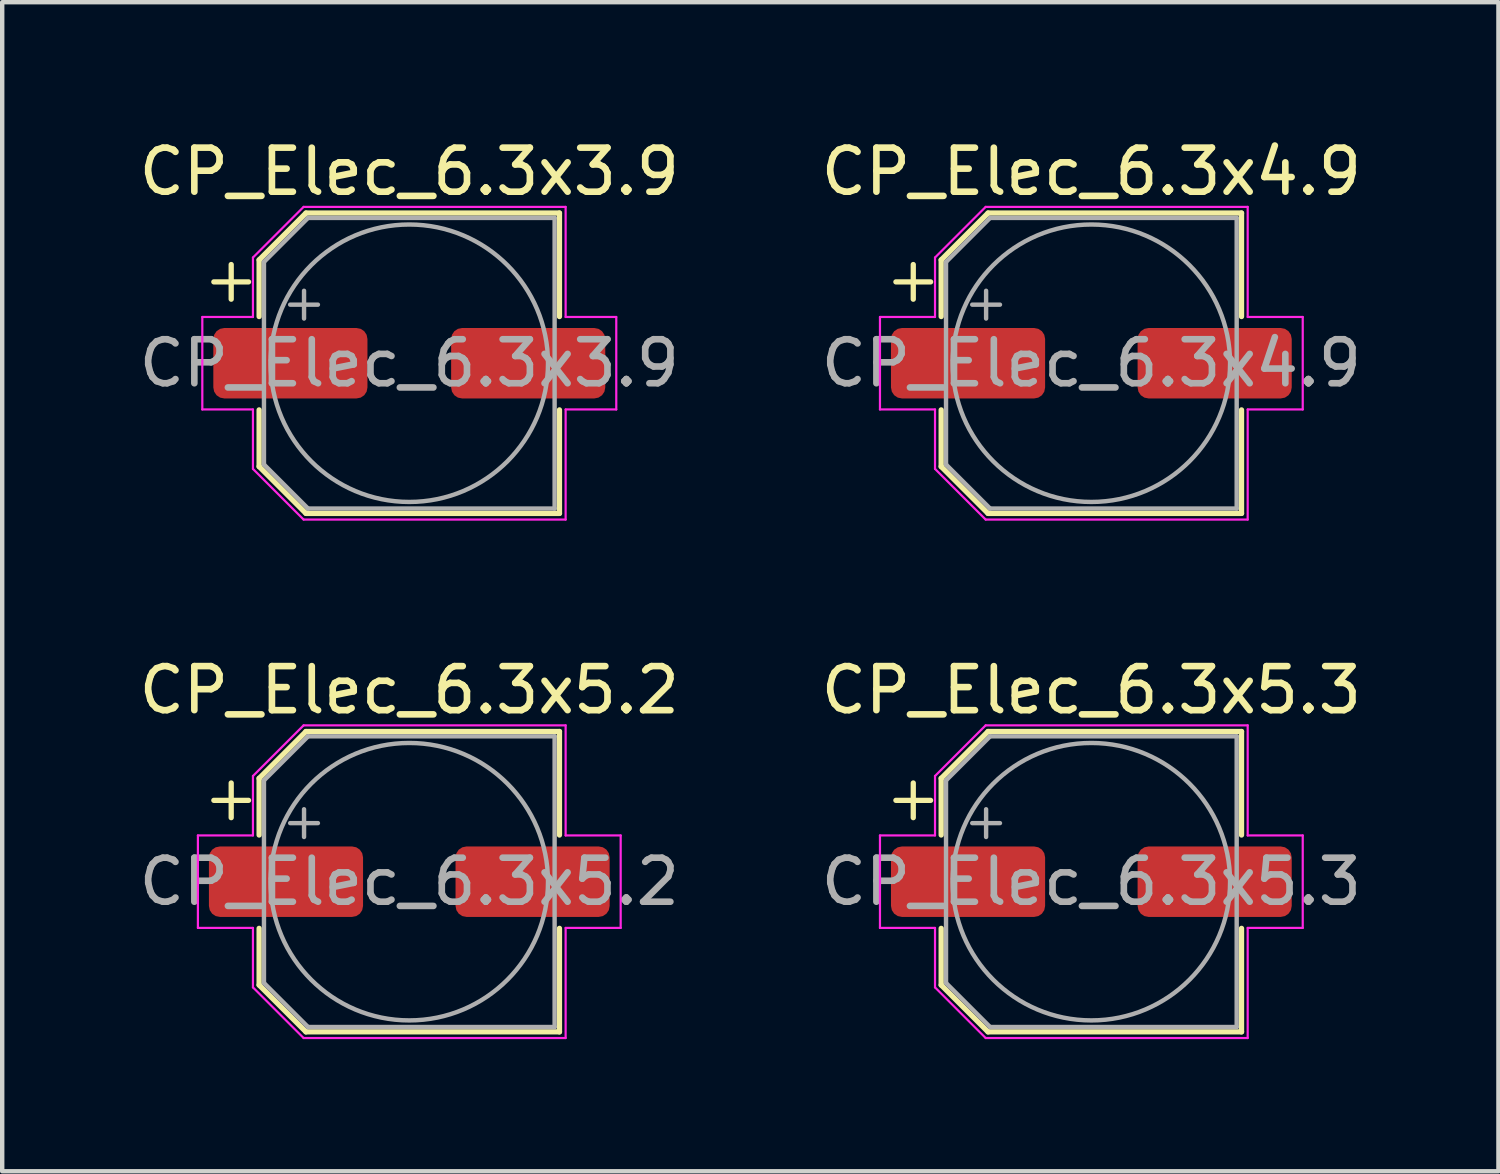
<source format=kicad_pcb>
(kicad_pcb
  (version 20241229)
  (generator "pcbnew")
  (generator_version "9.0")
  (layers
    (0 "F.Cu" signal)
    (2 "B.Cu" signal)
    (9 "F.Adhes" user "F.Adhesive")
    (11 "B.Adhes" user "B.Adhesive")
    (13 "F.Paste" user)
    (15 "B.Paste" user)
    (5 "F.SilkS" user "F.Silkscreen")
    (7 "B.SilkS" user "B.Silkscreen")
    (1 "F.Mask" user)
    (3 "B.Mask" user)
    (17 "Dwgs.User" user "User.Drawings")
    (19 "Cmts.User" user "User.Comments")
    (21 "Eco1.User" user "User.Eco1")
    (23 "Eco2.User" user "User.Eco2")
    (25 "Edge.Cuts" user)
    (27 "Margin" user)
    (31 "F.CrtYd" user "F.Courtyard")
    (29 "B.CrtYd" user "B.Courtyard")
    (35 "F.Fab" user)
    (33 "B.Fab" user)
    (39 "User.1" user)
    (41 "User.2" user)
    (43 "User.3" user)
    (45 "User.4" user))
  (footprint "CP_Elec_6.3x5.2"
    (layer "F.Cu")
    (at 6.244 16.971)
    (property "Reference" "CP_Elec_6.3x5.2" (at 0 -4.35 0) (layer "F.SilkS") (effects (font (size 1 1) (thickness 0.15))))
    (attr smd)
    (fp_line (start -4.438 -1.847) (end -3.65 -1.847) (stroke (width 0.12) (type solid)) (layer "F.SilkS"))
    (fp_line (start -4.044 -2.241) (end -4.044 -1.454) (stroke (width 0.12) (type solid)) (layer "F.SilkS"))
    (fp_line (start -3.41 -2.346) (end -3.41 -1.06) (stroke (width 0.12) (type solid)) (layer "F.SilkS"))
    (fp_line (start -3.41 -2.346) (end -2.346 -3.41) (stroke (width 0.12) (type solid)) (layer "F.SilkS"))
    (fp_line (start -3.41 2.346) (end -3.41 1.06) (stroke (width 0.12) (type solid)) (layer "F.SilkS"))
    (fp_line (start -3.41 2.346) (end -2.346 3.41) (stroke (width 0.12) (type solid)) (layer "F.SilkS"))
    (fp_line (start -2.346 -3.41) (end 3.41 -3.41) (stroke (width 0.12) (type solid)) (layer "F.SilkS"))
    (fp_line (start -2.346 3.41) (end 3.41 3.41) (stroke (width 0.12) (type solid)) (layer "F.SilkS"))
    (fp_line (start 3.41 -3.41) (end 3.41 -1.06) (stroke (width 0.12) (type solid)) (layer "F.SilkS"))
    (fp_line (start 3.41 3.41) (end 3.41 1.06) (stroke (width 0.12) (type solid)) (layer "F.SilkS"))
    (fp_line (start -4.8 -1.05) (end -4.8 1.05) (stroke (width 0.05) (type solid)) (layer "F.CrtYd"))
    (fp_line (start -4.8 1.05) (end -3.55 1.05) (stroke (width 0.05) (type solid)) (layer "F.CrtYd"))
    (fp_line (start -3.55 -2.4) (end -3.55 -1.05) (stroke (width 0.05) (type solid)) (layer "F.CrtYd"))
    (fp_line (start -3.55 -2.4) (end -2.4 -3.55) (stroke (width 0.05) (type solid)) (layer "F.CrtYd"))
    (fp_line (start -3.55 -1.05) (end -4.8 -1.05) (stroke (width 0.05) (type solid)) (layer "F.CrtYd"))
    (fp_line (start -3.55 1.05) (end -3.55 2.4) (stroke (width 0.05) (type solid)) (layer "F.CrtYd"))
    (fp_line (start -3.55 2.4) (end -2.4 3.55) (stroke (width 0.05) (type solid)) (layer "F.CrtYd"))
    (fp_line (start -2.4 -3.55) (end 3.55 -3.55) (stroke (width 0.05) (type solid)) (layer "F.CrtYd"))
    (fp_line (start -2.4 3.55) (end 3.55 3.55) (stroke (width 0.05) (type solid)) (layer "F.CrtYd"))
    (fp_line (start 3.55 -3.55) (end 3.55 -1.05) (stroke (width 0.05) (type solid)) (layer "F.CrtYd"))
    (fp_line (start 3.55 -1.05) (end 4.8 -1.05) (stroke (width 0.05) (type solid)) (layer "F.CrtYd"))
    (fp_line (start 3.55 1.05) (end 3.55 3.55) (stroke (width 0.05) (type solid)) (layer "F.CrtYd"))
    (fp_line (start 4.8 -1.05) (end 4.8 1.05) (stroke (width 0.05) (type solid)) (layer "F.CrtYd"))
    (fp_line (start 4.8 1.05) (end 3.55 1.05) (stroke (width 0.05) (type solid)) (layer "F.CrtYd"))
    (fp_line (start -3.3 -2.3) (end -3.3 2.3) (stroke (width 0.1) (type solid)) (layer "F.Fab"))
    (fp_line (start -3.3 -2.3) (end -2.3 -3.3) (stroke (width 0.1) (type solid)) (layer "F.Fab"))
    (fp_line (start -3.3 2.3) (end -2.3 3.3) (stroke (width 0.1) (type solid)) (layer "F.Fab"))
    (fp_line (start -2.705 -1.33) (end -2.075 -1.33) (stroke (width 0.1) (type solid)) (layer "F.Fab"))
    (fp_line (start -2.39 -1.645) (end -2.39 -1.015) (stroke (width 0.1) (type solid)) (layer "F.Fab"))
    (fp_line (start -2.3 -3.3) (end 3.3 -3.3) (stroke (width 0.1) (type solid)) (layer "F.Fab"))
    (fp_line (start -2.3 3.3) (end 3.3 3.3) (stroke (width 0.1) (type solid)) (layer "F.Fab"))
    (fp_line (start 3.3 -3.3) (end 3.3 3.3) (stroke (width 0.1) (type solid)) (layer "F.Fab"))
    (fp_circle (center 0 0) (end 3.15 0) (stroke (width 0.1) (type solid)) (fill no) (layer "F.Fab"))
    (fp_text user "${REFERENCE}" (at 0 0 0) (layer "F.Fab") (effects (font (size 1 1) (thickness 0.15))))
    (pad "1" smd roundrect (at -2.8 0) (size 3.5 1.6) (layers "F.Cu" "F.Mask" "F.Paste") (roundrect_rratio 0.156))
    (pad "2" smd roundrect (at 2.8 0) (size 3.5 1.6) (layers "F.Cu" "F.Mask" "F.Paste") (roundrect_rratio 0.156)))
  (footprint "CP_Elec_6.3x3.9"
    (layer "F.Cu")
    (at 6.244 5.198)
    (property "Reference" "CP_Elec_6.3x3.9" (at 0 -4.35 0) (layer "F.SilkS") (effects (font (size 1 1) (thickness 0.15))))
    (attr smd)
    (fp_line (start -4.438 -1.847) (end -3.65 -1.847) (stroke (width 0.12) (type solid)) (layer "F.SilkS"))
    (fp_line (start -4.044 -2.241) (end -4.044 -1.454) (stroke (width 0.12) (type solid)) (layer "F.SilkS"))
    (fp_line (start -3.41 -2.346) (end -3.41 -1.06) (stroke (width 0.12) (type solid)) (layer "F.SilkS"))
    (fp_line (start -3.41 -2.346) (end -2.346 -3.41) (stroke (width 0.12) (type solid)) (layer "F.SilkS"))
    (fp_line (start -3.41 2.346) (end -3.41 1.06) (stroke (width 0.12) (type solid)) (layer "F.SilkS"))
    (fp_line (start -3.41 2.346) (end -2.346 3.41) (stroke (width 0.12) (type solid)) (layer "F.SilkS"))
    (fp_line (start -2.346 -3.41) (end 3.41 -3.41) (stroke (width 0.12) (type solid)) (layer "F.SilkS"))
    (fp_line (start -2.346 3.41) (end 3.41 3.41) (stroke (width 0.12) (type solid)) (layer "F.SilkS"))
    (fp_line (start 3.41 -3.41) (end 3.41 -1.06) (stroke (width 0.12) (type solid)) (layer "F.SilkS"))
    (fp_line (start 3.41 3.41) (end 3.41 1.06) (stroke (width 0.12) (type solid)) (layer "F.SilkS"))
    (fp_line (start -4.7 -1.05) (end -4.7 1.05) (stroke (width 0.05) (type solid)) (layer "F.CrtYd"))
    (fp_line (start -4.7 1.05) (end -3.55 1.05) (stroke (width 0.05) (type solid)) (layer "F.CrtYd"))
    (fp_line (start -3.55 -2.4) (end -3.55 -1.05) (stroke (width 0.05) (type solid)) (layer "F.CrtYd"))
    (fp_line (start -3.55 -2.4) (end -2.4 -3.55) (stroke (width 0.05) (type solid)) (layer "F.CrtYd"))
    (fp_line (start -3.55 -1.05) (end -4.7 -1.05) (stroke (width 0.05) (type solid)) (layer "F.CrtYd"))
    (fp_line (start -3.55 1.05) (end -3.55 2.4) (stroke (width 0.05) (type solid)) (layer "F.CrtYd"))
    (fp_line (start -3.55 2.4) (end -2.4 3.55) (stroke (width 0.05) (type solid)) (layer "F.CrtYd"))
    (fp_line (start -2.4 -3.55) (end 3.55 -3.55) (stroke (width 0.05) (type solid)) (layer "F.CrtYd"))
    (fp_line (start -2.4 3.55) (end 3.55 3.55) (stroke (width 0.05) (type solid)) (layer "F.CrtYd"))
    (fp_line (start 3.55 -3.55) (end 3.55 -1.05) (stroke (width 0.05) (type solid)) (layer "F.CrtYd"))
    (fp_line (start 3.55 -1.05) (end 4.7 -1.05) (stroke (width 0.05) (type solid)) (layer "F.CrtYd"))
    (fp_line (start 3.55 1.05) (end 3.55 3.55) (stroke (width 0.05) (type solid)) (layer "F.CrtYd"))
    (fp_line (start 4.7 -1.05) (end 4.7 1.05) (stroke (width 0.05) (type solid)) (layer "F.CrtYd"))
    (fp_line (start 4.7 1.05) (end 3.55 1.05) (stroke (width 0.05) (type solid)) (layer "F.CrtYd"))
    (fp_line (start -3.3 -2.3) (end -3.3 2.3) (stroke (width 0.1) (type solid)) (layer "F.Fab"))
    (fp_line (start -3.3 -2.3) (end -2.3 -3.3) (stroke (width 0.1) (type solid)) (layer "F.Fab"))
    (fp_line (start -3.3 2.3) (end -2.3 3.3) (stroke (width 0.1) (type solid)) (layer "F.Fab"))
    (fp_line (start -2.705 -1.33) (end -2.075 -1.33) (stroke (width 0.1) (type solid)) (layer "F.Fab"))
    (fp_line (start -2.39 -1.645) (end -2.39 -1.015) (stroke (width 0.1) (type solid)) (layer "F.Fab"))
    (fp_line (start -2.3 -3.3) (end 3.3 -3.3) (stroke (width 0.1) (type solid)) (layer "F.Fab"))
    (fp_line (start -2.3 3.3) (end 3.3 3.3) (stroke (width 0.1) (type solid)) (layer "F.Fab"))
    (fp_line (start 3.3 -3.3) (end 3.3 3.3) (stroke (width 0.1) (type solid)) (layer "F.Fab"))
    (fp_circle (center 0 0) (end 3.15 0) (stroke (width 0.1) (type solid)) (fill no) (layer "F.Fab"))
    (fp_text user "${REFERENCE}" (at 0 0 0) (layer "F.Fab") (effects (font (size 1 1) (thickness 0.15))))
    (pad "1" smd roundrect (at -2.7 0) (size 3.5 1.6) (layers "F.Cu" "F.Mask" "F.Paste") (roundrect_rratio 0.156))
    (pad "2" smd roundrect (at 2.7 0) (size 3.5 1.6) (layers "F.Cu" "F.Mask" "F.Paste") (roundrect_rratio 0.156)))
  (footprint "CP_Elec_6.3x4.9"
    (layer "F.Cu")
    (at 21.732 5.198)
    (property "Reference" "CP_Elec_6.3x4.9" (at 0 -4.35 0) (layer "F.SilkS") (effects (font (size 1 1) (thickness 0.15))))
    (attr smd)
    (fp_line (start -4.438 -1.847) (end -3.65 -1.847) (stroke (width 0.12) (type solid)) (layer "F.SilkS"))
    (fp_line (start -4.044 -2.241) (end -4.044 -1.454) (stroke (width 0.12) (type solid)) (layer "F.SilkS"))
    (fp_line (start -3.41 -2.346) (end -3.41 -1.06) (stroke (width 0.12) (type solid)) (layer "F.SilkS"))
    (fp_line (start -3.41 -2.346) (end -2.346 -3.41) (stroke (width 0.12) (type solid)) (layer "F.SilkS"))
    (fp_line (start -3.41 2.346) (end -3.41 1.06) (stroke (width 0.12) (type solid)) (layer "F.SilkS"))
    (fp_line (start -3.41 2.346) (end -2.346 3.41) (stroke (width 0.12) (type solid)) (layer "F.SilkS"))
    (fp_line (start -2.346 -3.41) (end 3.41 -3.41) (stroke (width 0.12) (type solid)) (layer "F.SilkS"))
    (fp_line (start -2.346 3.41) (end 3.41 3.41) (stroke (width 0.12) (type solid)) (layer "F.SilkS"))
    (fp_line (start 3.41 -3.41) (end 3.41 -1.06) (stroke (width 0.12) (type solid)) (layer "F.SilkS"))
    (fp_line (start 3.41 3.41) (end 3.41 1.06) (stroke (width 0.12) (type solid)) (layer "F.SilkS"))
    (fp_line (start -4.8 -1.05) (end -4.8 1.05) (stroke (width 0.05) (type solid)) (layer "F.CrtYd"))
    (fp_line (start -4.8 1.05) (end -3.55 1.05) (stroke (width 0.05) (type solid)) (layer "F.CrtYd"))
    (fp_line (start -3.55 -2.4) (end -3.55 -1.05) (stroke (width 0.05) (type solid)) (layer "F.CrtYd"))
    (fp_line (start -3.55 -2.4) (end -2.4 -3.55) (stroke (width 0.05) (type solid)) (layer "F.CrtYd"))
    (fp_line (start -3.55 -1.05) (end -4.8 -1.05) (stroke (width 0.05) (type solid)) (layer "F.CrtYd"))
    (fp_line (start -3.55 1.05) (end -3.55 2.4) (stroke (width 0.05) (type solid)) (layer "F.CrtYd"))
    (fp_line (start -3.55 2.4) (end -2.4 3.55) (stroke (width 0.05) (type solid)) (layer "F.CrtYd"))
    (fp_line (start -2.4 -3.55) (end 3.55 -3.55) (stroke (width 0.05) (type solid)) (layer "F.CrtYd"))
    (fp_line (start -2.4 3.55) (end 3.55 3.55) (stroke (width 0.05) (type solid)) (layer "F.CrtYd"))
    (fp_line (start 3.55 -3.55) (end 3.55 -1.05) (stroke (width 0.05) (type solid)) (layer "F.CrtYd"))
    (fp_line (start 3.55 -1.05) (end 4.8 -1.05) (stroke (width 0.05) (type solid)) (layer "F.CrtYd"))
    (fp_line (start 3.55 1.05) (end 3.55 3.55) (stroke (width 0.05) (type solid)) (layer "F.CrtYd"))
    (fp_line (start 4.8 -1.05) (end 4.8 1.05) (stroke (width 0.05) (type solid)) (layer "F.CrtYd"))
    (fp_line (start 4.8 1.05) (end 3.55 1.05) (stroke (width 0.05) (type solid)) (layer "F.CrtYd"))
    (fp_line (start -3.3 -2.3) (end -3.3 2.3) (stroke (width 0.1) (type solid)) (layer "F.Fab"))
    (fp_line (start -3.3 -2.3) (end -2.3 -3.3) (stroke (width 0.1) (type solid)) (layer "F.Fab"))
    (fp_line (start -3.3 2.3) (end -2.3 3.3) (stroke (width 0.1) (type solid)) (layer "F.Fab"))
    (fp_line (start -2.705 -1.33) (end -2.075 -1.33) (stroke (width 0.1) (type solid)) (layer "F.Fab"))
    (fp_line (start -2.39 -1.645) (end -2.39 -1.015) (stroke (width 0.1) (type solid)) (layer "F.Fab"))
    (fp_line (start -2.3 -3.3) (end 3.3 -3.3) (stroke (width 0.1) (type solid)) (layer "F.Fab"))
    (fp_line (start -2.3 3.3) (end 3.3 3.3) (stroke (width 0.1) (type solid)) (layer "F.Fab"))
    (fp_line (start 3.3 -3.3) (end 3.3 3.3) (stroke (width 0.1) (type solid)) (layer "F.Fab"))
    (fp_circle (center 0 0) (end 3.15 0) (stroke (width 0.1) (type solid)) (fill no) (layer "F.Fab"))
    (fp_text user "${REFERENCE}" (at 0 0 0) (layer "F.Fab") (effects (font (size 1 1) (thickness 0.15))))
    (pad "1" smd roundrect (at -2.8 0) (size 3.5 1.6) (layers "F.Cu" "F.Mask" "F.Paste") (roundrect_rratio 0.156))
    (pad "2" smd roundrect (at 2.8 0) (size 3.5 1.6) (layers "F.Cu" "F.Mask" "F.Paste") (roundrect_rratio 0.156)))
  (footprint "CP_Elec_6.3x5.3"
    (layer "F.Cu")
    (at 21.732 16.971)
    (property "Reference" "CP_Elec_6.3x5.3" (at 0 -4.35 0) (layer "F.SilkS") (effects (font (size 1 1) (thickness 0.15))))
    (attr smd)
    (fp_line (start -4.438 -1.847) (end -3.65 -1.847) (stroke (width 0.12) (type solid)) (layer "F.SilkS"))
    (fp_line (start -4.044 -2.241) (end -4.044 -1.454) (stroke (width 0.12) (type solid)) (layer "F.SilkS"))
    (fp_line (start -3.41 -2.346) (end -3.41 -1.06) (stroke (width 0.12) (type solid)) (layer "F.SilkS"))
    (fp_line (start -3.41 -2.346) (end -2.346 -3.41) (stroke (width 0.12) (type solid)) (layer "F.SilkS"))
    (fp_line (start -3.41 2.346) (end -3.41 1.06) (stroke (width 0.12) (type solid)) (layer "F.SilkS"))
    (fp_line (start -3.41 2.346) (end -2.346 3.41) (stroke (width 0.12) (type solid)) (layer "F.SilkS"))
    (fp_line (start -2.346 -3.41) (end 3.41 -3.41) (stroke (width 0.12) (type solid)) (layer "F.SilkS"))
    (fp_line (start -2.346 3.41) (end 3.41 3.41) (stroke (width 0.12) (type solid)) (layer "F.SilkS"))
    (fp_line (start 3.41 -3.41) (end 3.41 -1.06) (stroke (width 0.12) (type solid)) (layer "F.SilkS"))
    (fp_line (start 3.41 3.41) (end 3.41 1.06) (stroke (width 0.12) (type solid)) (layer "F.SilkS"))
    (fp_line (start -4.8 -1.05) (end -4.8 1.05) (stroke (width 0.05) (type solid)) (layer "F.CrtYd"))
    (fp_line (start -4.8 1.05) (end -3.55 1.05) (stroke (width 0.05) (type solid)) (layer "F.CrtYd"))
    (fp_line (start -3.55 -2.4) (end -3.55 -1.05) (stroke (width 0.05) (type solid)) (layer "F.CrtYd"))
    (fp_line (start -3.55 -2.4) (end -2.4 -3.55) (stroke (width 0.05) (type solid)) (layer "F.CrtYd"))
    (fp_line (start -3.55 -1.05) (end -4.8 -1.05) (stroke (width 0.05) (type solid)) (layer "F.CrtYd"))
    (fp_line (start -3.55 1.05) (end -3.55 2.4) (stroke (width 0.05) (type solid)) (layer "F.CrtYd"))
    (fp_line (start -3.55 2.4) (end -2.4 3.55) (stroke (width 0.05) (type solid)) (layer "F.CrtYd"))
    (fp_line (start -2.4 -3.55) (end 3.55 -3.55) (stroke (width 0.05) (type solid)) (layer "F.CrtYd"))
    (fp_line (start -2.4 3.55) (end 3.55 3.55) (stroke (width 0.05) (type solid)) (layer "F.CrtYd"))
    (fp_line (start 3.55 -3.55) (end 3.55 -1.05) (stroke (width 0.05) (type solid)) (layer "F.CrtYd"))
    (fp_line (start 3.55 -1.05) (end 4.8 -1.05) (stroke (width 0.05) (type solid)) (layer "F.CrtYd"))
    (fp_line (start 3.55 1.05) (end 3.55 3.55) (stroke (width 0.05) (type solid)) (layer "F.CrtYd"))
    (fp_line (start 4.8 -1.05) (end 4.8 1.05) (stroke (width 0.05) (type solid)) (layer "F.CrtYd"))
    (fp_line (start 4.8 1.05) (end 3.55 1.05) (stroke (width 0.05) (type solid)) (layer "F.CrtYd"))
    (fp_line (start -3.3 -2.3) (end -3.3 2.3) (stroke (width 0.1) (type solid)) (layer "F.Fab"))
    (fp_line (start -3.3 -2.3) (end -2.3 -3.3) (stroke (width 0.1) (type solid)) (layer "F.Fab"))
    (fp_line (start -3.3 2.3) (end -2.3 3.3) (stroke (width 0.1) (type solid)) (layer "F.Fab"))
    (fp_line (start -2.705 -1.33) (end -2.075 -1.33) (stroke (width 0.1) (type solid)) (layer "F.Fab"))
    (fp_line (start -2.39 -1.645) (end -2.39 -1.015) (stroke (width 0.1) (type solid)) (layer "F.Fab"))
    (fp_line (start -2.3 -3.3) (end 3.3 -3.3) (stroke (width 0.1) (type solid)) (layer "F.Fab"))
    (fp_line (start -2.3 3.3) (end 3.3 3.3) (stroke (width 0.1) (type solid)) (layer "F.Fab"))
    (fp_line (start 3.3 -3.3) (end 3.3 3.3) (stroke (width 0.1) (type solid)) (layer "F.Fab"))
    (fp_circle (center 0 0) (end 3.15 0) (stroke (width 0.1) (type solid)) (fill no) (layer "F.Fab"))
    (fp_text user "${REFERENCE}" (at 0 0 0) (layer "F.Fab") (effects (font (size 1 1) (thickness 0.15))))
    (pad "1" smd roundrect (at -2.8 0) (size 3.5 1.6) (layers "F.Cu" "F.Mask" "F.Paste") (roundrect_rratio 0.156))
    (pad "2" smd roundrect (at 2.8 0) (size 3.5 1.6) (layers "F.Cu" "F.Mask" "F.Paste") (roundrect_rratio 0.156)))
  (gr_rect
    (start -3 -3)
    (end 30.976 23.547)
    (stroke (width 0.1) (type default))
    (fill no)
    (layer "Edge.Cuts")))
</source>
